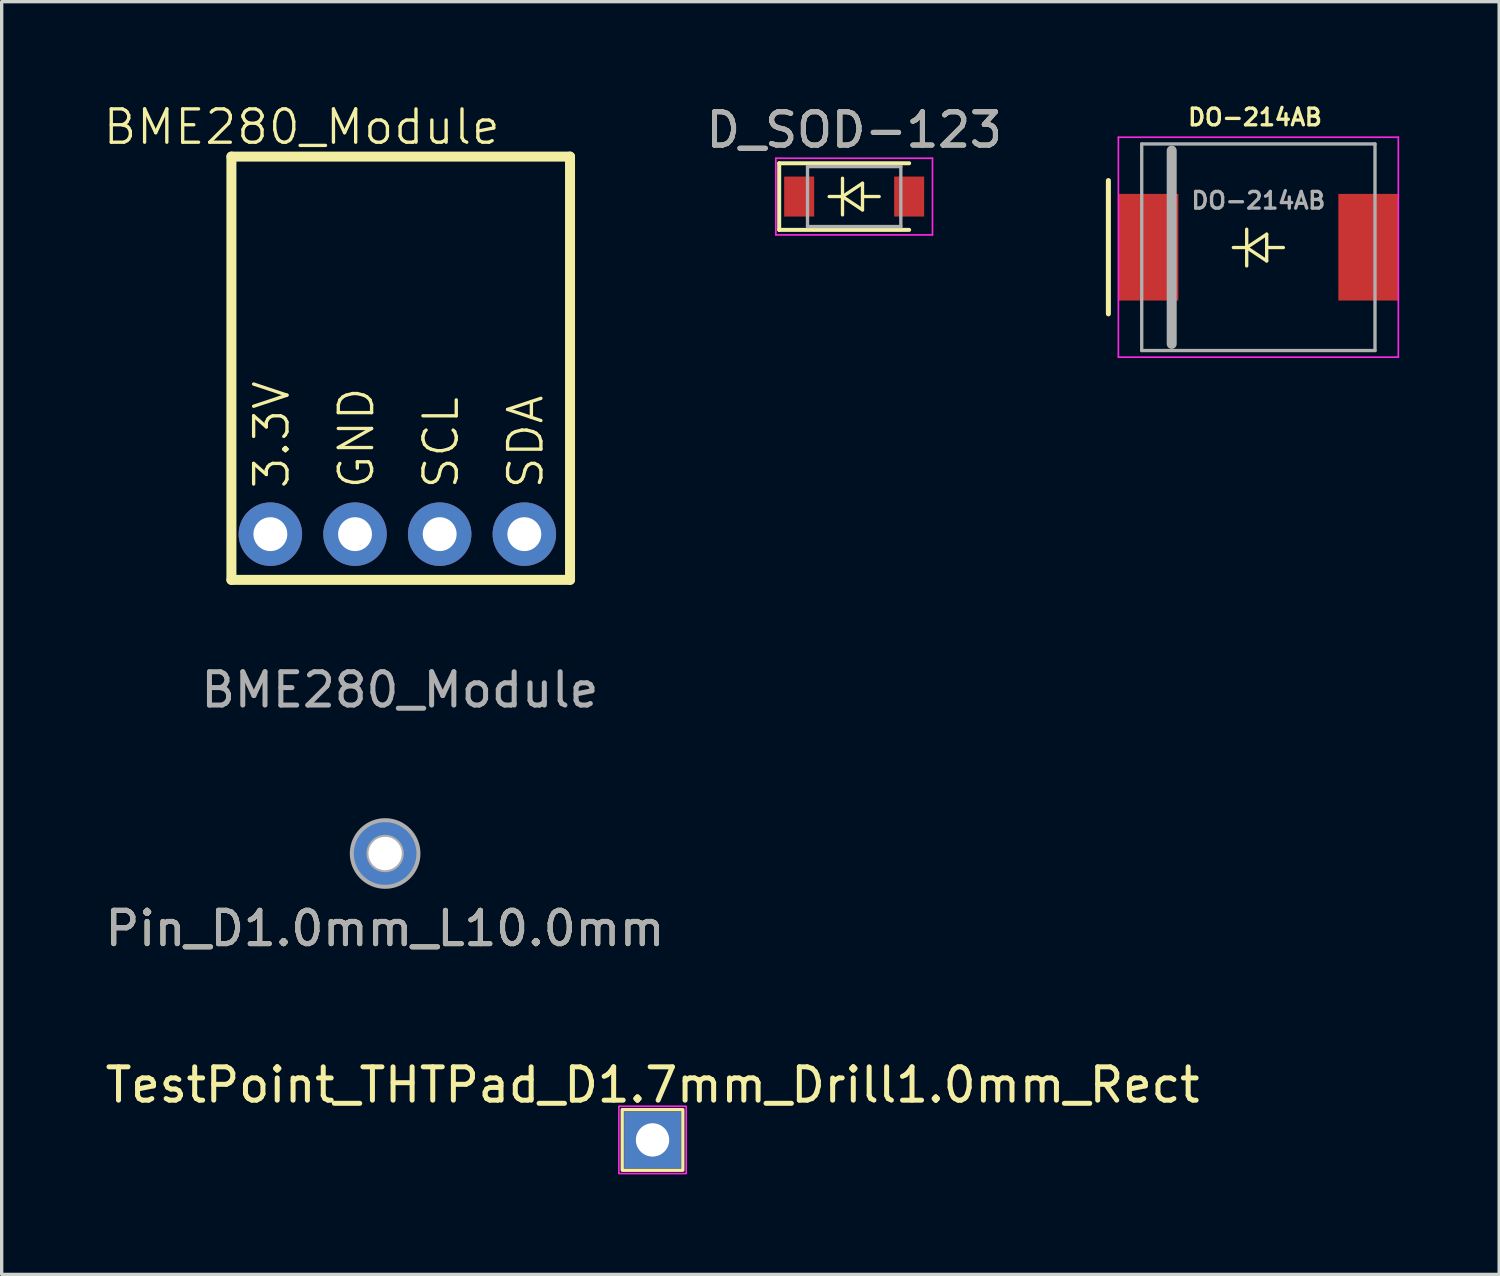
<source format=kicad_pcb>
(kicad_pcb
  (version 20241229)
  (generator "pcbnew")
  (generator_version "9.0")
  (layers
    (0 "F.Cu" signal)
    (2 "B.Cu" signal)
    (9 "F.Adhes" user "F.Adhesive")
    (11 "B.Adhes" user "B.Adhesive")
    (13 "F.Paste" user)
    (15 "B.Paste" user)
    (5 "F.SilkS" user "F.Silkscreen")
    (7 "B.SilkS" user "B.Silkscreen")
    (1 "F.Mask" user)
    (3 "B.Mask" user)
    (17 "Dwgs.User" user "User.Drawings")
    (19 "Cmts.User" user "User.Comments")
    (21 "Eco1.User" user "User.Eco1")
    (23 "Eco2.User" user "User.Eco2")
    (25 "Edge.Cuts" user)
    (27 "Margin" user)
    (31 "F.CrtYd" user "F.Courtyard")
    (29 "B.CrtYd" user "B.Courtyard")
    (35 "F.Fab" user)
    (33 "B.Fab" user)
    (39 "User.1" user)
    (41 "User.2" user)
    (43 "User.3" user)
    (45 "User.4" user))
  (footprint "BME280_Module"
    (layer "F.Cu")
    (at 8.949 8.05)
    (property "Reference" "BME280_Module" (at -2.946 -7.29 0) (unlocked yes) (layer "F.SilkS") (effects (font (size 1 1) (thickness 0.1))))
    (attr through_hole)
    (fp_line (start -5.055 -6.401) (end -5.055 6.299) (stroke (width 0.3) (type solid)) (layer "F.SilkS"))
    (fp_line (start -5.055 6.299) (end 5.105 6.299) (stroke (width 0.3) (type solid)) (layer "F.SilkS"))
    (fp_line (start 5.105 -6.401) (end -5.055 -6.401) (stroke (width 0.3) (type solid)) (layer "F.SilkS"))
    (fp_line (start 5.105 6.299) (end 5.105 -6.401) (stroke (width 0.3) (type solid)) (layer "F.SilkS"))
    (fp_text user "3.3V" (at -3.261 3.632 90) (unlocked yes) (layer "F.SilkS") (effects (font (size 1 1) (thickness 0.1)) (justify left bottom)))
    (fp_text user "SDA" (at 4.359 3.632 90) (unlocked yes) (layer "F.SilkS") (effects (font (size 1 1) (thickness 0.1)) (justify left bottom)))
    (fp_text user "SCL" (at 1.819 3.632 90) (unlocked yes) (layer "F.SilkS") (effects (font (size 1 1) (thickness 0.1)) (justify left bottom)))
    (fp_text user "GND" (at -0.721 3.632 90) (unlocked yes) (layer "F.SilkS") (effects (font (size 1 1) (thickness 0.1)) (justify left bottom)))
    (fp_text user "${REFERENCE}" (at 0 9.601 0) (unlocked yes) (layer "F.Fab") (effects (font (size 1 1) (thickness 0.15))))
    (pad "1" thru_hole circle (at -3.886 4.928) (size 1.905 1.905) (drill 1.016) (layers "*.Cu" "*.Mask"))
    (pad "2" thru_hole circle (at -1.346 4.928) (size 1.905 1.905) (drill 1.016) (layers "*.Cu" "*.Mask"))
    (pad "3" thru_hole circle (at 1.194 4.928) (size 1.905 1.905) (drill 1.016) (layers "*.Cu" "*.Mask"))
    (pad "4" thru_hole circle (at 3.734 4.928) (size 1.905 1.905) (drill 1.016) (layers "*.Cu" "*.Mask")))
  (footprint "D_SOD-123"
    (layer "F.Cu")
    (at 22.58 2.848)
    (property "Reference" "D_SOD-123" (at 0 -2 0) (layer "F.SilkS") (effects (font (size 1 1) (thickness 0.15))))
    (attr smd)
    (fp_line (start -2.25 -1) (end -2.25 1) (stroke (width 0.12) (type solid)) (layer "F.SilkS"))
    (fp_line (start -2.25 -1) (end 1.65 -1) (stroke (width 0.12) (type solid)) (layer "F.SilkS"))
    (fp_line (start -2.25 1) (end 1.65 1) (stroke (width 0.12) (type solid)) (layer "F.SilkS"))
    (fp_line (start -0.75 0) (end -0.35 0) (stroke (width 0.1) (type solid)) (layer "F.SilkS"))
    (fp_line (start -0.35 0) (end -0.35 -0.55) (stroke (width 0.1) (type solid)) (layer "F.SilkS"))
    (fp_line (start -0.35 0) (end -0.35 0.55) (stroke (width 0.1) (type solid)) (layer "F.SilkS"))
    (fp_line (start -0.35 0) (end 0.25 -0.4) (stroke (width 0.1) (type solid)) (layer "F.SilkS"))
    (fp_line (start 0.25 -0.4) (end 0.25 0.4) (stroke (width 0.1) (type solid)) (layer "F.SilkS"))
    (fp_line (start 0.25 0) (end 0.75 0) (stroke (width 0.1) (type solid)) (layer "F.SilkS"))
    (fp_line (start 0.25 0.4) (end -0.35 0) (stroke (width 0.1) (type solid)) (layer "F.SilkS"))
    (fp_line (start -2.35 -1.15) (end -2.35 1.15) (stroke (width 0.05) (type solid)) (layer "F.CrtYd"))
    (fp_line (start -2.35 -1.15) (end 2.35 -1.15) (stroke (width 0.05) (type solid)) (layer "F.CrtYd"))
    (fp_line (start 2.35 -1.15) (end 2.35 1.15) (stroke (width 0.05) (type solid)) (layer "F.CrtYd"))
    (fp_line (start 2.35 1.15) (end -2.35 1.15) (stroke (width 0.05) (type solid)) (layer "F.CrtYd"))
    (fp_line (start -1.4 -0.9) (end 1.4 -0.9) (stroke (width 0.1) (type solid)) (layer "F.Fab"))
    (fp_line (start -1.4 0.9) (end -1.4 -0.9) (stroke (width 0.1) (type solid)) (layer "F.Fab"))
    (fp_line (start 1.4 -0.9) (end 1.4 0.9) (stroke (width 0.1) (type solid)) (layer "F.Fab"))
    (fp_line (start 1.4 0.9) (end -1.4 0.9) (stroke (width 0.1) (type solid)) (layer "F.Fab"))
    (fp_text user "${REFERENCE}" (at 0 -2 0) (layer "F.Fab") (effects (font (size 1 1) (thickness 0.15))))
    (pad "1" smd rect (at -1.65 0) (size 0.9 1.2) (layers "F.Cu" "F.Mask" "F.Paste"))
    (pad "2" smd rect (at 1.65 0) (size 0.9 1.2) (layers "F.Cu" "F.Mask" "F.Paste")))
  (footprint "Pin_D1.0mm_L10.0mm"
    (layer "F.Cu")
    (at 8.506 22.56)
    (property "Reference" "Pin_D1.0mm_L10.0mm" (at 0 2.25 0) (layer "F.SilkS") (effects (font (size 1 1) (thickness 0.15))))
    (attr through_hole)
    (fp_circle (center 0 0) (end 0.5 0) (stroke (width 0.12) (type solid)) (fill no) (layer "F.Fab"))
    (fp_circle (center 0 0) (end 1 0) (stroke (width 0.12) (type solid)) (fill no) (layer "F.Fab"))
    (fp_text user "${REFERENCE}" (at 0 2.25 0) (layer "F.Fab") (effects (font (size 1 1) (thickness 0.15))))
    (pad "1" thru_hole circle (at 0 0) (size 2 2) (drill 1) (layers "*.Cu" "*.Mask")))
  (footprint "DO-214AB"
    (layer "F.Cu")
    (at 34.708 4.368)
    (property "Reference" "DO-214AB" (at -0.1 -3.9 0) (layer "F.SilkS") (effects (font (size 0.5 0.5) (thickness 0.1))))
    (attr smd)
    (fp_line (start -4.5 -2) (end -4.5 2) (stroke (width 0.15) (type solid)) (layer "F.SilkS"))
    (fp_line (start -0.75 0.01) (end -0.35 0.01) (stroke (width 0.1) (type solid)) (layer "F.SilkS"))
    (fp_line (start -0.35 0.01) (end -0.35 -0.54) (stroke (width 0.1) (type solid)) (layer "F.SilkS"))
    (fp_line (start -0.35 0.01) (end -0.35 0.56) (stroke (width 0.1) (type solid)) (layer "F.SilkS"))
    (fp_line (start -0.35 0.01) (end 0.25 -0.39) (stroke (width 0.1) (type solid)) (layer "F.SilkS"))
    (fp_line (start 0.25 -0.39) (end 0.25 0.41) (stroke (width 0.1) (type solid)) (layer "F.SilkS"))
    (fp_line (start 0.25 0.01) (end 0.75 0.01) (stroke (width 0.1) (type solid)) (layer "F.SilkS"))
    (fp_line (start 0.25 0.41) (end -0.35 0.01) (stroke (width 0.1) (type solid)) (layer "F.SilkS"))
    (fp_line (start -4.2 -3.3) (end 4.2 -3.3) (stroke (width 0.05) (type solid)) (layer "F.CrtYd"))
    (fp_line (start -4.2 3.3) (end -4.2 -3.3) (stroke (width 0.05) (type solid)) (layer "F.CrtYd"))
    (fp_line (start 4.2 -3.3) (end 4.2 3.3) (stroke (width 0.05) (type solid)) (layer "F.CrtYd"))
    (fp_line (start 4.2 3.3) (end -4.2 3.3) (stroke (width 0.05) (type solid)) (layer "F.CrtYd"))
    (fp_line (start -3.5 -3.1) (end 3.5 -3.1) (stroke (width 0.1) (type solid)) (layer "F.Fab"))
    (fp_line (start -3.5 3.1) (end -3.5 -3.1) (stroke (width 0.1) (type solid)) (layer "F.Fab"))
    (fp_line (start -2.6 -2.9) (end -2.6 2.9) (stroke (width 0.3) (type solid)) (layer "F.Fab"))
    (fp_line (start 3.5 -3.1) (end 3.5 3.1) (stroke (width 0.1) (type solid)) (layer "F.Fab"))
    (fp_line (start 3.5 3.1) (end -3.5 3.1) (stroke (width 0.1) (type solid)) (layer "F.Fab"))
    (fp_text user "${REFERENCE}" (at 0 -1.4 0) (layer "F.Fab") (effects (font (size 0.5 0.5) (thickness 0.1))))
    (pad "A" smd rect (at 3.3 0) (size 1.8 3.2) (layers "F.Cu" "F.Mask" "F.Paste"))
    (pad "C" smd rect (at -3.3 0) (size 1.8 3.2) (layers "F.Cu" "F.Mask" "F.Paste")))
  (footprint "TestPoint_THTPad_D1.7mm_Drill1.0mm_Rect"
    (layer "F.Cu")
    (at 16.53 31.154)
    (property "Reference" "TestPoint_THTPad_D1.7mm_Drill1.0mm_Rect" (at 0 -1.648 0) (layer "F.SilkS") (effects (font (size 1 1) (thickness 0.15))))
    (attr exclude_from_pos_files exclude_from_bom)
    (fp_rect (start -0.91 -0.91) (end 0.91 0.91) (stroke (width 0.1) (type default)) (fill no) (layer "F.SilkS"))
    (fp_rect (start -1.01 -1.01) (end 1.01 1.01) (stroke (width 0.05) (type default)) (fill no) (layer "F.CrtYd"))
    (pad "1" thru_hole rect (at 0 0) (size 1.7 1.7) (drill 1) (layers "*.Cu" "*.Mask")))
  (gr_rect
    (start -3 -3)
    (end 41.933 35.189)
    (stroke (width 0.1) (type default))
    (fill no)
    (layer "Edge.Cuts")))
</source>
